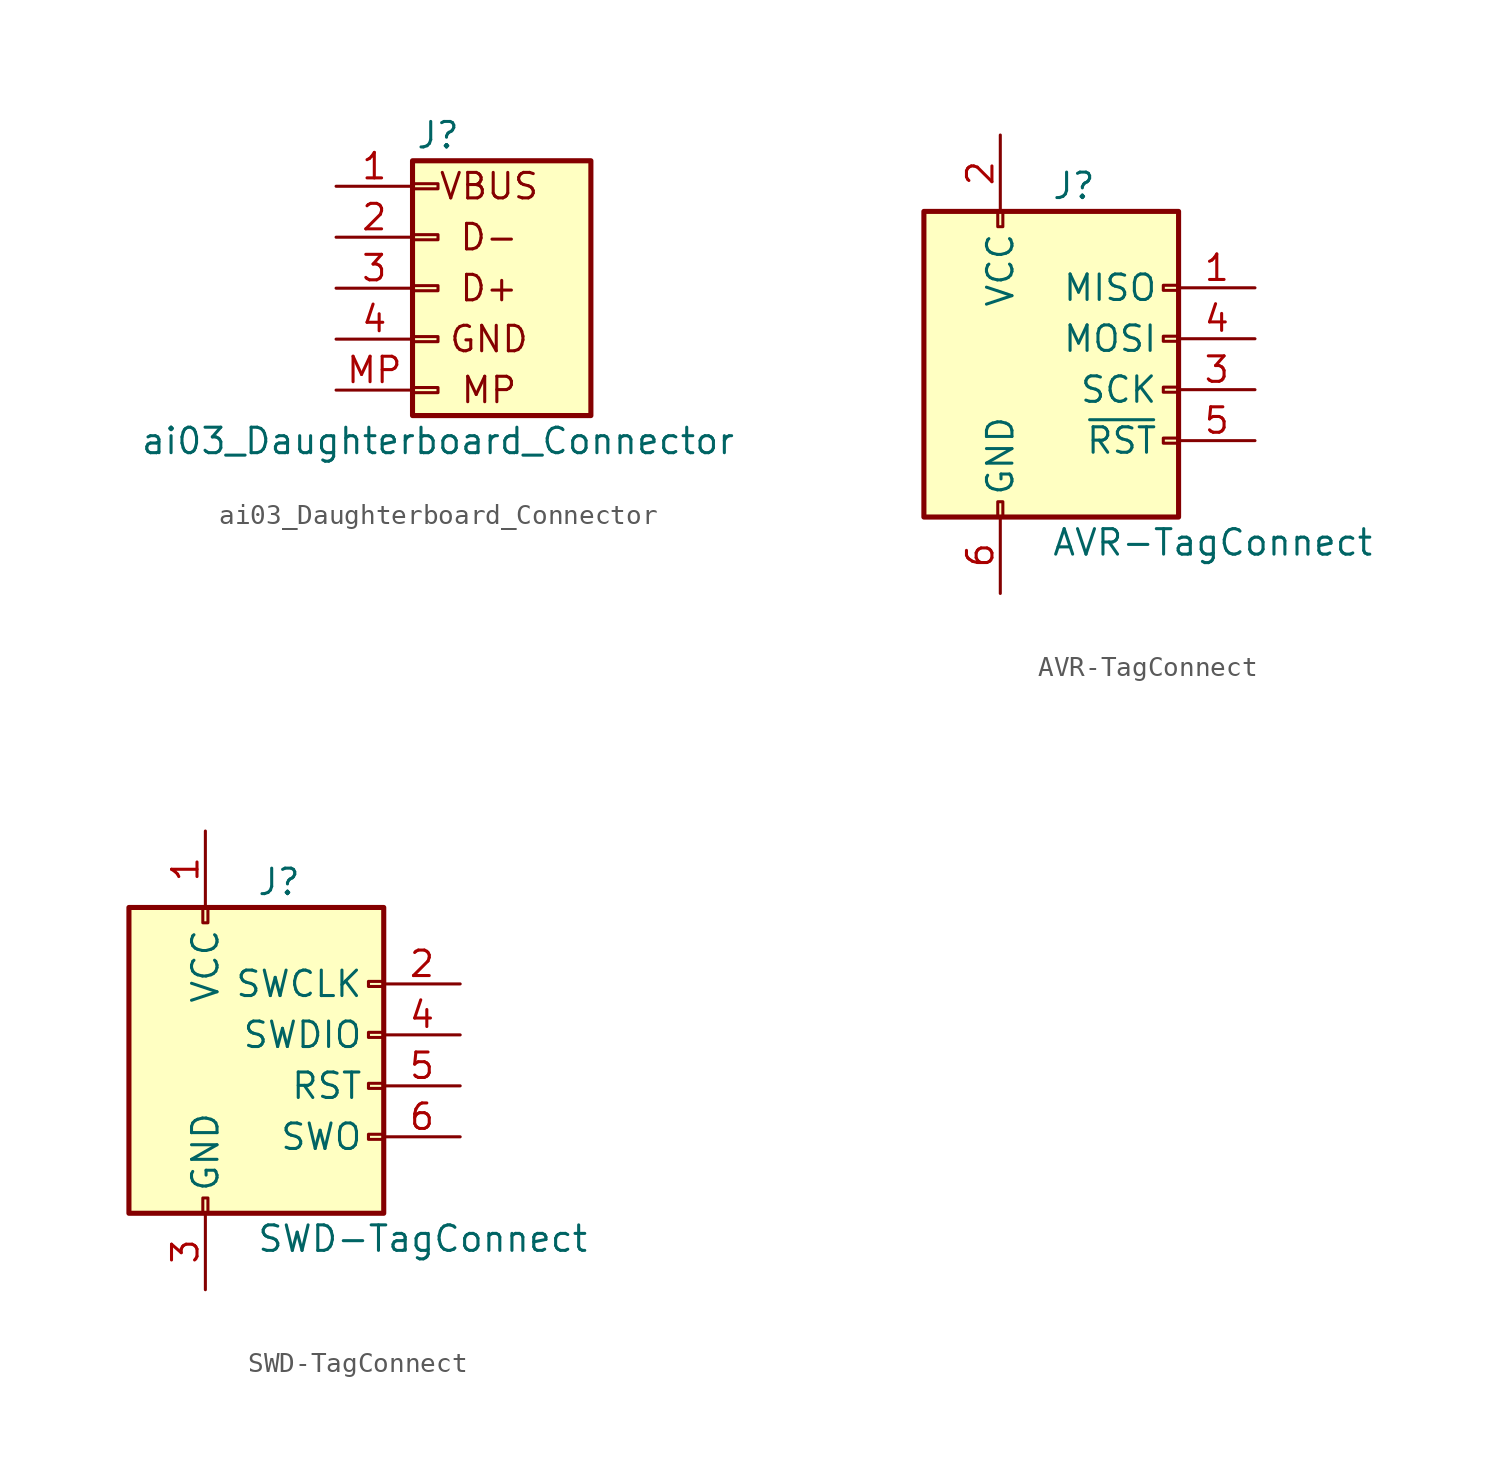
<source format=kicad_sym>
(kicad_symbol_lib
  (version 20211014)
  (generator kicad_symbol_editor)
  (symbol "ai03_Daughterboard_Connector"
    (pin_names
      (offset 1.016) hide)
    (property "Reference" "J"
      (at 0 5.08 0)
      (effects (font (size 1.27 1.27))))
    (property "Value" "ai03_Daughterboard_Connector"
      (at 0 -10.16 0)
      (effects (font (size 1.27 1.27))))
    (symbol "ai03_Daughterboard_Connector_0_0"
      (text "VBUS" (at 2.54 2.54 0) (effects (font (size 1.27 1.27)))))
    (symbol "ai03_Daughterboard_Connector_1_1"
      (rectangle (start -1.27 -7.493) (end 0 -7.747) (stroke (width 0.152) (type default) (color 0 0 0 0)) (fill (type none)))
      (rectangle (start -1.27 -4.953) (end 0 -5.207) (stroke (width 0.152) (type default) (color 0 0 0 0)) (fill (type none)))
      (rectangle (start -1.27 -2.413) (end 0 -2.667) (stroke (width 0.152) (type default) (color 0 0 0 0)) (fill (type none)))
      (rectangle (start -1.27 0.127) (end 0 -0.127) (stroke (width 0.152) (type default) (color 0 0 0 0)) (fill (type none)))
      (rectangle (start -1.27 2.667) (end 0 2.413) (stroke (width 0.152) (type default) (color 0 0 0 0)) (fill (type none)))
      (rectangle (start -1.27 3.81) (end 7.62 -8.89) (stroke (width 0.254) (type default) (color 0 0 0 0)) (fill (type background)))
      (text "D+" (at 2.54 -2.54 0) (effects (font (size 1.27 1.27))))
      (text "D-" (at 2.54 0 0) (effects (font (size 1.27 1.27))))
      (text "GND" (at 2.54 -5.08 0) (effects (font (size 1.27 1.27))))
      (text "MP" (at 2.54 -7.62 0) (effects (font (size 1.27 1.27))))
      (pin power_in line (at -5.08 2.54 0) (length 3.81) (name "VBUS" (effects (font (size 1.27 1.27)))) (number "1" (effects (font (size 1.27 1.27)))))
      (pin bidirectional line (at -5.08 0 0) (length 3.81) (name "D-" (effects (font (size 1.27 1.27)))) (number "2" (effects (font (size 1.27 1.27)))))
      (pin bidirectional line (at -5.08 -2.54 0) (length 3.81) (name "D+" (effects (font (size 1.27 1.27)))) (number "3" (effects (font (size 1.27 1.27)))))
      (pin power_in line (at -5.08 -5.08 0) (length 3.81) (name "GND" (effects (font (size 1.27 1.27)))) (number "4" (effects (font (size 1.27 1.27)))))
      (pin passive line (at -5.08 -7.62 0) (length 3.81) (name "Mounting" (effects (font (size 1.27 1.27)))) (number "MP" (effects (font (size 1.27 1.27)))))))
  (symbol "AVR-TagConnect"
    (pin_names
      (offset 1.016))
    (property "Reference" "J"
      (at 0 10.16 0)
      (effects (font (size 1.27 1.27)) (justify left)))
    (property "Value" "AVR-TagConnect"
      (at 0 -7.62 0)
      (effects (font (size 1.27 1.27)) (justify left)))
    (symbol "AVR-TagConnect_0_1"
      (rectangle (start -2.667 -5.588) (end -2.413 -6.35) (stroke (width 0) (type default) (color 0 0 0 0)) (fill (type none)))
      (rectangle (start -2.667 8.89) (end -2.413 8.128) (stroke (width 0) (type default) (color 0 0 0 0)) (fill (type none)))
      (rectangle (start 6.35 -2.413) (end 5.588 -2.667) (stroke (width 0) (type default) (color 0 0 0 0)) (fill (type none)))
      (rectangle (start 6.35 0.127) (end 5.588 -0.127) (stroke (width 0) (type default) (color 0 0 0 0)) (fill (type none)))
      (rectangle (start 6.35 2.667) (end 5.588 2.413) (stroke (width 0) (type default) (color 0 0 0 0)) (fill (type none)))
      (rectangle (start 6.35 5.207) (end 5.588 4.953) (stroke (width 0) (type default) (color 0 0 0 0)) (fill (type none)))
      (rectangle (start 6.35 8.89) (end -6.35 -6.35) (stroke (width 0.254) (type default) (color 0 0 0 0)) (fill (type background))))
    (symbol "AVR-TagConnect_1_1"
      (pin passive line (at 10.16 5.08 180) (length 3.81) (name "MISO" (effects (font (size 1.27 1.27)))) (number "1" (effects (font (size 1.27 1.27)))))
      (pin power_in line (at -2.54 12.7 270) (length 3.81) (name "VCC" (effects (font (size 1.27 1.27)))) (number "2" (effects (font (size 1.27 1.27)))))
      (pin passive line (at 10.16 0 180) (length 3.81) (name "SCK" (effects (font (size 1.27 1.27)))) (number "3" (effects (font (size 1.27 1.27)))))
      (pin passive line (at 10.16 2.54 180) (length 3.81) (name "MOSI" (effects (font (size 1.27 1.27)))) (number "4" (effects (font (size 1.27 1.27)))))
      (pin passive line (at 10.16 -2.54 180) (length 3.81) (name "~{RST}" (effects (font (size 1.27 1.27)))) (number "5" (effects (font (size 1.27 1.27)))))
      (pin power_in line (at -2.54 -10.16 90) (length 3.81) (name "GND" (effects (font (size 1.27 1.27)))) (number "6" (effects (font (size 1.27 1.27)))))))
  (symbol "SWD-TagConnect"
    (pin_names
      (offset 1.016))
    (property "Reference" "J"
      (at 0 10.16 0)
      (effects (font (size 1.27 1.27)) (justify left)))
    (property "Value" "SWD-TagConnect"
      (at 0 -7.62 0)
      (effects (font (size 1.27 1.27)) (justify left)))
    (symbol "SWD-TagConnect_0_1"
      (rectangle (start -2.667 -5.588) (end -2.413 -6.35) (stroke (width 0) (type default) (color 0 0 0 0)) (fill (type none)))
      (rectangle (start -2.667 8.89) (end -2.413 8.128) (stroke (width 0) (type default) (color 0 0 0 0)) (fill (type none)))
      (rectangle (start 6.35 -2.413) (end 5.588 -2.667) (stroke (width 0) (type default) (color 0 0 0 0)) (fill (type none)))
      (rectangle (start 6.35 0.127) (end 5.588 -0.127) (stroke (width 0) (type default) (color 0 0 0 0)) (fill (type none)))
      (rectangle (start 6.35 2.667) (end 5.588 2.413) (stroke (width 0) (type default) (color 0 0 0 0)) (fill (type none)))
      (rectangle (start 6.35 5.207) (end 5.588 4.953) (stroke (width 0) (type default) (color 0 0 0 0)) (fill (type none)))
      (rectangle (start 6.35 8.89) (end -6.35 -6.35) (stroke (width 0.254) (type default) (color 0 0 0 0)) (fill (type background))))
    (symbol "SWD-TagConnect_1_1"
      (pin power_in line (at -2.54 12.7 270) (length 3.81) (name "VCC" (effects (font (size 1.27 1.27)))) (number "1" (effects (font (size 1.27 1.27)))))
      (pin passive line (at 10.16 5.08 180) (length 3.81) (name "SWCLK" (effects (font (size 1.27 1.27)))) (number "2" (effects (font (size 1.27 1.27)))))
      (pin power_in line (at -2.54 -10.16 90) (length 3.81) (name "GND" (effects (font (size 1.27 1.27)))) (number "3" (effects (font (size 1.27 1.27)))))
      (pin passive line (at 10.16 2.54 180) (length 3.81) (name "SWDIO" (effects (font (size 1.27 1.27)))) (number "4" (effects (font (size 1.27 1.27)))))
      (pin passive line (at 10.16 0 180) (length 3.81) (name "RST" (effects (font (size 1.27 1.27)))) (number "5" (effects (font (size 1.27 1.27)))))
      (pin passive line (at 10.16 -2.54 180) (length 3.81) (name "SWO" (effects (font (size 1.27 1.27)))) (number "6" (effects (font (size 1.27 1.27))))))))
</source>
